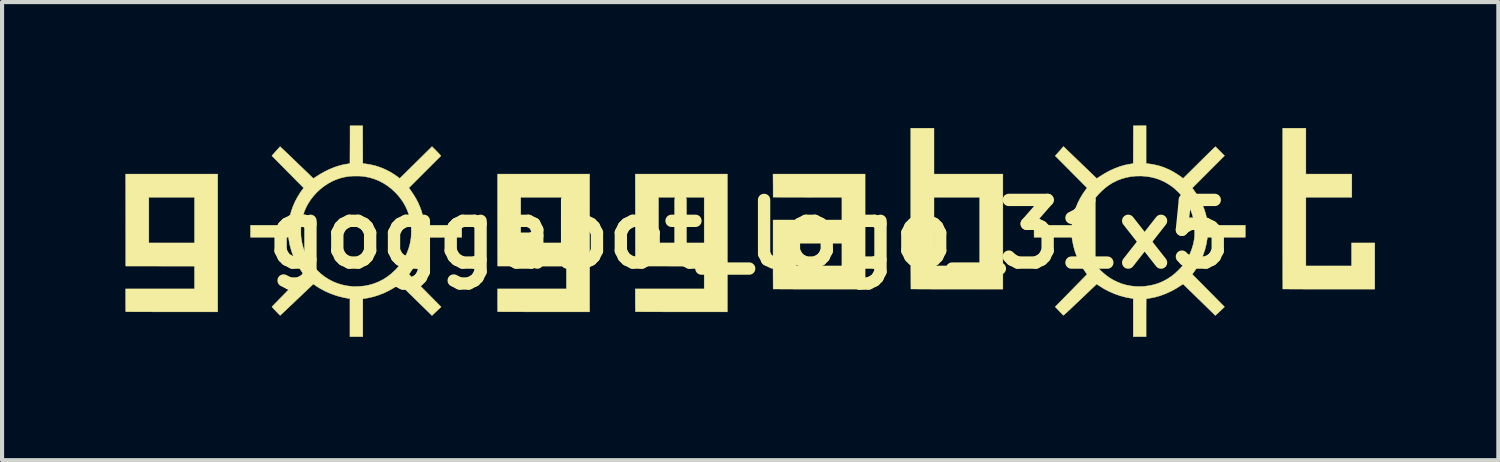
<source format=kicad_pcb>
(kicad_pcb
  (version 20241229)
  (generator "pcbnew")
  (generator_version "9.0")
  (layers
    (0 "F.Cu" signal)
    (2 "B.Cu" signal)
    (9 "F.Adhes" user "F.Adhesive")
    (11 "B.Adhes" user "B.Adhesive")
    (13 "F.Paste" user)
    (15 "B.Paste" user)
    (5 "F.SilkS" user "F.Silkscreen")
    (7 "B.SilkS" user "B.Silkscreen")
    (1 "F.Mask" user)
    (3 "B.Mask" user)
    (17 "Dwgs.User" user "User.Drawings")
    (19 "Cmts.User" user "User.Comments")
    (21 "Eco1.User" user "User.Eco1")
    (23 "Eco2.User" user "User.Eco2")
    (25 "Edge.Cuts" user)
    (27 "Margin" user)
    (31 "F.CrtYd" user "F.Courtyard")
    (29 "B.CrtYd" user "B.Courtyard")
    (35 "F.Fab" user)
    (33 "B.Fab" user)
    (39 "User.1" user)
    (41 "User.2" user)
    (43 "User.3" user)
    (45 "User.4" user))
  (footprint "goggabot_logo_31x5"
    (layer "F.Cu")
    (at 15.167 2.646)
    (property "Reference" "goggabot_logo_31x5" (at 0 0 0) (layer "F.SilkS") (effects (font (size 1.524 1.524) (thickness 0.3))))
    (attr through_hole)
    (fp_poly (pts (xy -3.88 1.887) (xy -4.995 1.887) (xy -5.106 1.887) (xy -5.214 1.887) (xy -5.318 1.887) (xy -5.419 1.887) (xy -5.514 1.886) (xy -5.605 1.886) (xy -5.69 1.886) (xy -5.769 1.886) (xy -5.841 1.886) (xy -5.906 1.885) (xy -5.963 1.885) (xy -6.012 1.885) (xy -6.052 1.884) (xy -6.082 1.884) (xy -6.103 1.884) (xy -6.113 1.883) (xy -6.115 1.883) (xy -6.115 1.877) (xy -6.116 1.861) (xy -6.117 1.836) (xy -6.117 1.802) (xy -6.118 1.762) (xy -6.118 1.717) (xy -6.118 1.666) (xy -6.118 1.612) (xy -6.118 1.604) (xy -6.118 1.329) (xy -4.444 1.329) (xy -4.444 0.776) (xy -6.116 0.773) (xy -6.118 -0.899) (xy -5.555 -0.899) (xy -5.555 0.212) (xy -4.444 0.212) (xy -4.444 -0.899) (xy -5.555 -0.899) (xy -6.118 -0.899) (xy -6.118 -1.463) (xy -3.88 -1.463) (xy -3.88 1.887)) (stroke (width 0.01) (type solid)) (fill yes) (layer "F.SilkS"))
    (fp_poly (pts (xy -12.923 1.887) (xy -14.039 1.887) (xy -14.15 1.887) (xy -14.257 1.887) (xy -14.362 1.887) (xy -14.462 1.887) (xy -14.558 1.886) (xy -14.648 1.886) (xy -14.733 1.886) (xy -14.812 1.886) (xy -14.884 1.886) (xy -14.949 1.885) (xy -15.006 1.885) (xy -15.055 1.885) (xy -15.095 1.884) (xy -15.126 1.884) (xy -15.147 1.884) (xy -15.157 1.883) (xy -15.158 1.883) (xy -15.159 1.877) (xy -15.16 1.861) (xy -15.16 1.836) (xy -15.161 1.802) (xy -15.161 1.762) (xy -15.162 1.717) (xy -15.162 1.666) (xy -15.162 1.612) (xy -15.162 1.604) (xy -15.162 1.329) (xy -13.487 1.329) (xy -13.487 0.776) (xy -15.159 0.773) (xy -15.16 -0.345) (xy -15.161 -0.899) (xy -14.598 -0.899) (xy -14.598 0.212) (xy -13.487 0.212) (xy -13.487 -0.899) (xy -14.598 -0.899) (xy -15.161 -0.899) (xy -15.162 -1.463) (xy -12.923 -1.463) (xy -12.923 1.887)) (stroke (width 0.01) (type solid)) (fill yes) (layer "F.SilkS"))
    (fp_poly (pts (xy -0.53 1.887) (xy -1.646 1.887) (xy -1.757 1.887) (xy -1.864 1.887) (xy -1.969 1.887) (xy -2.069 1.887) (xy -2.165 1.886) (xy -2.255 1.886) (xy -2.34 1.886) (xy -2.419 1.886) (xy -2.491 1.886) (xy -2.556 1.885) (xy -2.613 1.885) (xy -2.662 1.885) (xy -2.702 1.884) (xy -2.733 1.884) (xy -2.754 1.884) (xy -2.764 1.883) (xy -2.765 1.883) (xy -2.766 1.877) (xy -2.767 1.861) (xy -2.767 1.836) (xy -2.768 1.802) (xy -2.768 1.762) (xy -2.769 1.717) (xy -2.769 1.666) (xy -2.769 1.612) (xy -2.769 1.604) (xy -2.769 1.329) (xy -1.094 1.329) (xy -1.094 0.776) (xy -2.766 0.773) (xy -2.767 -0.345) (xy -2.768 -0.899) (xy -2.205 -0.899) (xy -2.205 0.212) (xy -1.094 0.212) (xy -1.094 -0.899) (xy -2.205 -0.899) (xy -2.768 -0.899) (xy -2.769 -1.463) (xy -0.53 -1.463) (xy -0.53 1.887)) (stroke (width 0.01) (type solid)) (fill yes) (layer "F.SilkS"))
    (fp_poly (pts (xy 2.819 1.334) (xy 1.704 1.334) (xy 1.593 1.334) (xy 1.485 1.334) (xy 1.381 1.334) (xy 1.28 1.334) (xy 1.185 1.334) (xy 1.094 1.334) (xy 1.009 1.333) (xy 0.93 1.333) (xy 0.858 1.333) (xy 0.793 1.333) (xy 0.736 1.332) (xy 0.687 1.332) (xy 0.647 1.332) (xy 0.617 1.331) (xy 0.596 1.331) (xy 0.585 1.331) (xy 0.584 1.33) (xy 0.584 1.325) (xy 0.583 1.308) (xy 0.583 1.282) (xy 0.583 1.246) (xy 0.582 1.202) (xy 0.582 1.149) (xy 0.582 1.089) (xy 0.581 1.022) (xy 0.581 0.949) (xy 0.581 0.87) (xy 0.581 0.787) (xy 0.581 0.698) (xy 0.581 0.606) (xy 0.581 0.511) (xy 0.581 0.49) (xy 0.581 0.218) (xy 1.144 0.218) (xy 1.144 0.77) (xy 2.255 0.77) (xy 2.255 0.218) (xy 1.144 0.218) (xy 0.581 0.218) (xy 0.581 -0.346) (xy 2.255 -0.346) (xy 2.255 -0.899) (xy 1.419 -0.9) (xy 0.583 -0.902) (xy 0.582 -1.182) (xy 0.58 -1.463) (xy 2.819 -1.463) (xy 2.819 1.334)) (stroke (width 0.01) (type solid)) (fill yes) (layer "F.SilkS"))
    (fp_poly (pts (xy 13.537 -1.463) (xy 14.654 -1.463) (xy 14.654 -0.899) (xy 13.537 -0.899) (xy 13.537 0.77) (xy 14.648 0.77) (xy 14.648 0.212) (xy 15.212 0.212) (xy 15.212 1.334) (xy 14.097 1.334) (xy 13.986 1.334) (xy 13.878 1.334) (xy 13.774 1.334) (xy 13.673 1.334) (xy 13.578 1.334) (xy 13.487 1.334) (xy 13.402 1.333) (xy 13.323 1.333) (xy 13.251 1.333) (xy 13.186 1.333) (xy 13.129 1.332) (xy 13.08 1.332) (xy 13.04 1.332) (xy 13.01 1.331) (xy 12.989 1.331) (xy 12.978 1.331) (xy 12.977 1.33) (xy 12.977 1.325) (xy 12.977 1.308) (xy 12.976 1.281) (xy 12.976 1.244) (xy 12.976 1.198) (xy 12.976 1.142) (xy 12.975 1.078) (xy 12.975 1.005) (xy 12.975 0.924) (xy 12.975 0.836) (xy 12.975 0.741) (xy 12.974 0.639) (xy 12.974 0.53) (xy 12.974 0.416) (xy 12.974 0.296) (xy 12.974 0.17) (xy 12.974 0.04) (xy 12.974 -0.094) (xy 12.974 -0.232) (xy 12.974 -0.374) (xy 12.974 -0.519) (xy 12.974 -0.626) (xy 12.974 -2.579) (xy 13.537 -2.579) (xy 13.537 -1.463)) (stroke (width 0.01) (type solid)) (fill yes) (layer "F.SilkS"))
    (fp_poly (pts (xy 4.494 -1.463) (xy 6.169 -1.463) (xy 6.169 1.334) (xy 5.053 1.334) (xy 4.942 1.334) (xy 4.834 1.334) (xy 4.73 1.334) (xy 4.63 1.334) (xy 4.534 1.334) (xy 4.444 1.334) (xy 4.359 1.333) (xy 4.28 1.333) (xy 4.208 1.333) (xy 4.143 1.333) (xy 4.086 1.332) (xy 4.037 1.332) (xy 3.997 1.332) (xy 3.966 1.331) (xy 3.945 1.331) (xy 3.935 1.331) (xy 3.934 1.33) (xy 3.933 1.325) (xy 3.933 1.308) (xy 3.933 1.281) (xy 3.933 1.244) (xy 3.932 1.198) (xy 3.932 1.142) (xy 3.932 1.078) (xy 3.932 1.005) (xy 3.931 0.924) (xy 3.931 0.836) (xy 3.931 0.741) (xy 3.931 0.639) (xy 3.931 0.53) (xy 3.931 0.416) (xy 3.93 0.296) (xy 3.93 0.17) (xy 3.93 0.04) (xy 3.93 -0.094) (xy 3.93 -0.232) (xy 3.93 -0.374) (xy 3.93 -0.519) (xy 3.93 -0.626) (xy 3.93 -0.899) (xy 4.494 -0.899) (xy 4.494 0.77) (xy 5.605 0.77) (xy 5.605 -0.899) (xy 4.494 -0.899) (xy 3.93 -0.899) (xy 3.93 -2.579) (xy 4.494 -2.579) (xy 4.494 -1.463)) (stroke (width 0.01) (type solid)) (fill yes) (layer "F.SilkS"))
    (fp_poly (pts (xy 9.652 -1.72) (xy 9.684 -1.717) (xy 9.766 -1.706) (xy 9.847 -1.692) (xy 9.924 -1.675) (xy 9.995 -1.656) (xy 10.018 -1.649) (xy 10.126 -1.608) (xy 10.236 -1.559) (xy 10.342 -1.501) (xy 10.444 -1.436) (xy 10.503 -1.394) (xy 10.552 -1.357) (xy 10.92 -1.721) (xy 10.974 -1.774) (xy 11.026 -1.826) (xy 11.076 -1.875) (xy 11.122 -1.921) (xy 11.165 -1.963) (xy 11.204 -2.001) (xy 11.238 -2.034) (xy 11.266 -2.062) (xy 11.289 -2.084) (xy 11.305 -2.099) (xy 11.313 -2.107) (xy 11.313 -2.107) (xy 11.339 -2.129) (xy 11.449 -2.019) (xy 11.558 -1.909) (xy 11.167 -1.517) (xy 10.775 -1.125) (xy 10.827 -1.052) (xy 10.898 -0.948) (xy 10.96 -0.842) (xy 11.014 -0.734) (xy 11.059 -0.626) (xy 11.094 -0.519) (xy 11.121 -0.413) (xy 11.137 -0.31) (xy 11.141 -0.269) (xy 11.144 -0.218) (xy 12.064 -0.218) (xy 12.064 0.073) (xy 11.143 0.073) (xy 11.14 0.099) (xy 11.116 0.239) (xy 11.083 0.372) (xy 11.04 0.501) (xy 10.988 0.625) (xy 10.925 0.746) (xy 10.852 0.864) (xy 10.813 0.92) (xy 10.774 0.974) (xy 10.868 1.069) (xy 10.888 1.089) (xy 10.914 1.116) (xy 10.947 1.149) (xy 10.985 1.187) (xy 11.027 1.23) (xy 11.073 1.276) (xy 11.121 1.325) (xy 11.171 1.375) (xy 11.221 1.426) (xy 11.26 1.465) (xy 11.558 1.766) (xy 11.483 1.838) (xy 11.456 1.864) (xy 11.429 1.889) (xy 11.404 1.913) (xy 11.383 1.932) (xy 11.371 1.942) (xy 11.335 1.975) (xy 11.101 1.746) (xy 11.052 1.698) (xy 11 1.648) (xy 10.947 1.596) (xy 10.894 1.545) (xy 10.843 1.495) (xy 10.795 1.448) (xy 10.752 1.406) (xy 10.715 1.37) (xy 10.708 1.364) (xy 10.551 1.21) (xy 10.474 1.26) (xy 10.43 1.288) (xy 10.393 1.312) (xy 10.358 1.332) (xy 10.324 1.351) (xy 10.287 1.371) (xy 10.251 1.389) (xy 10.123 1.448) (xy 9.993 1.495) (xy 9.86 1.532) (xy 9.724 1.559) (xy 9.713 1.56) (xy 9.69 1.564) (xy 9.67 1.567) (xy 9.658 1.568) (xy 9.655 1.569) (xy 9.654 1.574) (xy 9.654 1.59) (xy 9.654 1.615) (xy 9.653 1.649) (xy 9.653 1.691) (xy 9.653 1.74) (xy 9.652 1.795) (xy 9.652 1.856) (xy 9.652 1.921) (xy 9.652 1.99) (xy 9.652 2.029) (xy 9.652 2.49) (xy 9.339 2.49) (xy 9.339 1.565) (xy 9.293 1.558) (xy 9.155 1.532) (xy 9.018 1.495) (xy 8.883 1.448) (xy 8.753 1.391) (xy 8.628 1.326) (xy 8.511 1.252) (xy 8.45 1.211) (xy 8.433 1.227) (xy 8.426 1.233) (xy 8.412 1.247) (xy 8.392 1.267) (xy 8.364 1.292) (xy 8.331 1.324) (xy 8.293 1.36) (xy 8.251 1.401) (xy 8.204 1.445) (xy 8.154 1.493) (xy 8.101 1.543) (xy 8.046 1.595) (xy 8.031 1.61) (xy 7.963 1.674) (xy 7.904 1.73) (xy 7.851 1.78) (xy 7.806 1.823) (xy 7.767 1.859) (xy 7.734 1.89) (xy 7.706 1.915) (xy 7.684 1.935) (xy 7.667 1.95) (xy 7.654 1.961) (xy 7.645 1.967) (xy 7.64 1.97) (xy 7.639 1.97) (xy 7.633 1.964) (xy 7.62 1.952) (xy 7.603 1.933) (xy 7.581 1.911) (xy 7.555 1.885) (xy 7.536 1.864) (xy 7.441 1.765) (xy 7.783 1.417) (xy 7.835 1.364) (xy 7.886 1.312) (xy 7.934 1.262) (xy 7.981 1.215) (xy 8.023 1.172) (xy 8.062 1.132) (xy 8.096 1.097) (xy 8.125 1.068) (xy 8.147 1.045) (xy 8.163 1.029) (xy 8.17 1.022) (xy 8.216 0.974) (xy 8.169 0.907) (xy 8.091 0.788) (xy 8.023 0.665) (xy 7.966 0.539) (xy 7.919 0.408) (xy 7.883 0.274) (xy 7.859 0.15) (xy 7.846 0.073) (xy 6.928 0.073) (xy 6.928 -0.097) (xy 8.146 -0.097) (xy 8.149 0.02) (xy 8.161 0.137) (xy 8.184 0.253) (xy 8.217 0.366) (xy 8.236 0.417) (xy 8.281 0.519) (xy 8.336 0.618) (xy 8.401 0.713) (xy 8.474 0.804) (xy 8.555 0.89) (xy 8.643 0.969) (xy 8.738 1.041) (xy 8.762 1.058) (xy 8.801 1.082) (xy 8.848 1.109) (xy 8.899 1.135) (xy 8.952 1.16) (xy 9.003 1.182) (xy 9.049 1.2) (xy 9.063 1.205) (xy 9.172 1.236) (xy 9.285 1.257) (xy 9.401 1.269) (xy 9.518 1.271) (xy 9.605 1.267) (xy 9.726 1.251) (xy 9.843 1.226) (xy 9.955 1.191) (xy 10.063 1.145) (xy 10.167 1.089) (xy 10.268 1.022) (xy 10.29 1.006) (xy 10.326 0.977) (xy 10.367 0.942) (xy 10.409 0.902) (xy 10.451 0.861) (xy 10.49 0.821) (xy 10.524 0.783) (xy 10.53 0.776) (xy 10.602 0.681) (xy 10.666 0.58) (xy 10.719 0.473) (xy 10.763 0.361) (xy 10.798 0.245) (xy 10.822 0.124) (xy 10.825 0.1) (xy 10.829 0.066) (xy 10.831 0.023) (xy 10.832 -0.025) (xy 10.832 -0.077) (xy 10.832 -0.129) (xy 10.83 -0.179) (xy 10.827 -0.224) (xy 10.823 -0.262) (xy 10.822 -0.271) (xy 10.799 -0.391) (xy 10.765 -0.507) (xy 10.722 -0.617) (xy 10.669 -0.722) (xy 10.606 -0.823) (xy 10.533 -0.92) (xy 10.449 -1.012) (xy 10.439 -1.022) (xy 10.393 -1.066) (xy 10.351 -1.105) (xy 10.308 -1.14) (xy 10.261 -1.174) (xy 10.218 -1.204) (xy 10.117 -1.265) (xy 10.011 -1.315) (xy 9.901 -1.356) (xy 9.786 -1.386) (xy 9.667 -1.406) (xy 9.543 -1.416) (xy 9.535 -1.416) (xy 9.41 -1.415) (xy 9.289 -1.403) (xy 9.171 -1.381) (xy 9.056 -1.348) (xy 8.944 -1.305) (xy 8.837 -1.251) (xy 8.812 -1.237) (xy 8.73 -1.183) (xy 8.649 -1.121) (xy 8.57 -1.05) (xy 8.495 -0.974) (xy 8.426 -0.893) (xy 8.364 -0.81) (xy 8.331 -0.759) (xy 8.277 -0.659) (xy 8.231 -0.553) (xy 8.195 -0.443) (xy 8.169 -0.33) (xy 8.152 -0.214) (xy 8.146 -0.097) (xy 6.928 -0.097) (xy 6.928 -0.218) (xy 7.847 -0.218) (xy 7.851 -0.261) (xy 7.857 -0.31) (xy 7.867 -0.367) (xy 7.88 -0.428) (xy 7.895 -0.49) (xy 7.912 -0.551) (xy 7.93 -0.608) (xy 7.937 -0.628) (xy 7.987 -0.752) (xy 8.047 -0.872) (xy 8.116 -0.987) (xy 8.184 -1.084) (xy 8.217 -1.127) (xy 7.442 -1.907) (xy 7.543 -2.02) (xy 7.644 -2.134) (xy 7.695 -2.084) (xy 7.707 -2.072) (xy 7.727 -2.053) (xy 7.753 -2.027) (xy 7.785 -1.996) (xy 7.822 -1.961) (xy 7.863 -1.921) (xy 7.908 -1.878) (xy 7.955 -1.833) (xy 8.004 -1.786) (xy 8.047 -1.745) (xy 8.097 -1.696) (xy 8.146 -1.649) (xy 8.193 -1.604) (xy 8.237 -1.562) (xy 8.278 -1.523) (xy 8.314 -1.488) (xy 8.345 -1.458) (xy 8.371 -1.433) (xy 8.389 -1.415) (xy 8.4 -1.405) (xy 8.451 -1.355) (xy 8.514 -1.397) (xy 8.64 -1.475) (xy 8.763 -1.542) (xy 8.886 -1.599) (xy 9.007 -1.645) (xy 9.125 -1.68) (xy 9.242 -1.704) (xy 9.253 -1.705) (xy 9.279 -1.709) (xy 9.302 -1.713) (xy 9.319 -1.716) (xy 9.327 -1.717) (xy 9.339 -1.72) (xy 9.341 -2.179) (xy 9.342 -2.638) (xy 9.652 -2.641) (xy 9.652 -1.72)) (stroke (width 0.01) (type solid)) (fill yes) (layer "F.SilkS"))
    (fp_poly (pts (xy -9.395 -1.72) (xy -9.363 -1.717) (xy -9.228 -1.697) (xy -9.096 -1.667) (xy -8.969 -1.626) (xy -8.846 -1.575) (xy -8.728 -1.514) (xy -8.613 -1.442) (xy -8.54 -1.39) (xy -8.497 -1.357) (xy -8.105 -1.744) (xy -7.712 -2.132) (xy -7.666 -2.086) (xy -7.644 -2.065) (xy -7.619 -2.038) (xy -7.591 -2.01) (xy -7.564 -1.982) (xy -7.557 -1.974) (xy -7.495 -1.908) (xy -7.885 -1.518) (xy -8.275 -1.128) (xy -8.258 -1.104) (xy -8.238 -1.078) (xy -8.216 -1.044) (xy -8.19 -1.007) (xy -8.164 -0.967) (xy -8.139 -0.928) (xy -8.117 -0.891) (xy -8.098 -0.86) (xy -8.09 -0.845) (xy -8.045 -0.756) (xy -8.005 -0.664) (xy -7.971 -0.571) (xy -7.944 -0.481) (xy -7.936 -0.446) (xy -7.93 -0.415) (xy -7.923 -0.38) (xy -7.917 -0.344) (xy -7.912 -0.308) (xy -7.908 -0.276) (xy -7.905 -0.249) (xy -7.905 -0.234) (xy -7.905 -0.218) (xy -6.989 -0.218) (xy -6.989 0.073) (xy -7.907 0.075) (xy -7.914 0.134) (xy -7.934 0.248) (xy -7.963 0.365) (xy -8.002 0.482) (xy -8.05 0.597) (xy -8.105 0.711) (xy -8.169 0.82) (xy -8.231 0.913) (xy -8.247 0.935) (xy -8.26 0.954) (xy -8.269 0.967) (xy -8.273 0.974) (xy -8.273 0.974) (xy -8.269 0.978) (xy -8.258 0.99) (xy -8.24 1.008) (xy -8.216 1.033) (xy -8.186 1.064) (xy -8.151 1.1) (xy -8.111 1.14) (xy -8.067 1.185) (xy -8.019 1.233) (xy -7.968 1.285) (xy -7.915 1.339) (xy -7.882 1.372) (xy -7.491 1.767) (xy -7.535 1.809) (xy -7.556 1.828) (xy -7.582 1.852) (xy -7.61 1.879) (xy -7.638 1.905) (xy -7.646 1.913) (xy -7.713 1.976) (xy -8.103 1.595) (xy -8.158 1.541) (xy -8.211 1.489) (xy -8.261 1.441) (xy -8.308 1.395) (xy -8.351 1.353) (xy -8.389 1.316) (xy -8.423 1.284) (xy -8.451 1.257) (xy -8.472 1.236) (xy -8.488 1.221) (xy -8.496 1.213) (xy -8.497 1.212) (xy -8.503 1.215) (xy -8.516 1.222) (xy -8.534 1.234) (xy -8.553 1.247) (xy -8.664 1.317) (xy -8.78 1.381) (xy -8.898 1.436) (xy -9.019 1.482) (xy -9.139 1.52) (xy -9.259 1.547) (xy -9.3 1.554) (xy -9.327 1.558) (xy -9.351 1.562) (xy -9.369 1.565) (xy -9.377 1.566) (xy -9.395 1.569) (xy -9.395 2.49) (xy -9.708 2.49) (xy -9.708 1.563) (xy -9.723 1.563) (xy -9.737 1.562) (xy -9.759 1.558) (xy -9.788 1.553) (xy -9.822 1.546) (xy -9.859 1.538) (xy -9.897 1.53) (xy -9.933 1.521) (xy -9.966 1.513) (xy -9.993 1.506) (xy -9.995 1.505) (xy -10.104 1.47) (xy -10.211 1.429) (xy -10.315 1.382) (xy -10.413 1.33) (xy -10.504 1.275) (xy -10.552 1.242) (xy -10.596 1.211) (xy -10.612 1.224) (xy -10.618 1.229) (xy -10.632 1.242) (xy -10.652 1.262) (xy -10.679 1.287) (xy -10.712 1.318) (xy -10.75 1.354) (xy -10.792 1.394) (xy -10.839 1.438) (xy -10.889 1.486) (xy -10.941 1.536) (xy -10.996 1.588) (xy -11.014 1.605) (xy -11.069 1.658) (xy -11.122 1.708) (xy -11.172 1.755) (xy -11.219 1.8) (xy -11.261 1.84) (xy -11.3 1.876) (xy -11.333 1.907) (xy -11.36 1.933) (xy -11.382 1.953) (xy -11.396 1.967) (xy -11.403 1.973) (xy -11.404 1.973) (xy -11.409 1.97) (xy -11.42 1.959) (xy -11.437 1.943) (xy -11.457 1.922) (xy -11.479 1.899) (xy -11.503 1.874) (xy -11.527 1.849) (xy -11.55 1.825) (xy -11.57 1.803) (xy -11.587 1.785) (xy -11.599 1.771) (xy -11.604 1.764) (xy -11.604 1.763) (xy -11.6 1.759) (xy -11.589 1.747) (xy -11.571 1.729) (xy -11.547 1.704) (xy -11.517 1.673) (xy -11.481 1.637) (xy -11.442 1.596) (xy -11.398 1.551) (xy -11.35 1.503) (xy -11.3 1.451) (xy -11.247 1.397) (xy -11.221 1.371) (xy -11.167 1.316) (xy -11.115 1.263) (xy -11.066 1.213) (xy -11.02 1.166) (xy -10.978 1.123) (xy -10.941 1.085) (xy -10.908 1.052) (xy -10.881 1.024) (xy -10.86 1.002) (xy -10.845 0.986) (xy -10.837 0.978) (xy -10.836 0.977) (xy -10.839 0.971) (xy -10.847 0.957) (xy -10.859 0.939) (xy -10.873 0.919) (xy -10.952 0.799) (xy -11.021 0.675) (xy -11.079 0.548) (xy -11.127 0.416) (xy -11.165 0.28) (xy -11.187 0.171) (xy -11.191 0.143) (xy -11.195 0.119) (xy -11.198 0.099) (xy -11.198 0.089) (xy -11.198 0.073) (xy -12.125 0.073) (xy -12.125 -0.076) (xy -10.901 -0.076) (xy -10.901 -0.02) (xy -10.899 0.033) (xy -10.895 0.077) (xy -10.895 0.079) (xy -10.875 0.201) (xy -10.846 0.318) (xy -10.807 0.43) (xy -10.759 0.537) (xy -10.699 0.639) (xy -10.63 0.737) (xy -10.551 0.831) (xy -10.506 0.877) (xy -10.416 0.961) (xy -10.322 1.034) (xy -10.224 1.097) (xy -10.121 1.151) (xy -10.014 1.194) (xy -9.901 1.229) (xy -9.782 1.254) (xy -9.658 1.269) (xy -9.631 1.271) (xy -9.596 1.271) (xy -9.555 1.27) (xy -9.511 1.269) (xy -9.466 1.267) (xy -9.423 1.264) (xy -9.385 1.26) (xy -9.354 1.257) (xy -9.353 1.257) (xy -9.235 1.233) (xy -9.12 1.199) (xy -9.009 1.155) (xy -8.903 1.101) (xy -8.801 1.036) (xy -8.705 0.962) (xy -8.695 0.953) (xy -8.601 0.866) (xy -8.518 0.774) (xy -8.444 0.677) (xy -8.38 0.575) (xy -8.327 0.469) (xy -8.283 0.358) (xy -8.25 0.243) (xy -8.228 0.124) (xy -8.225 0.108) (xy -8.221 0.07) (xy -8.219 0.025) (xy -8.217 -0.025) (xy -8.216 -0.077) (xy -8.216 -0.128) (xy -8.218 -0.176) (xy -8.22 -0.216) (xy -8.222 -0.237) (xy -8.244 -0.36) (xy -8.275 -0.478) (xy -8.316 -0.59) (xy -8.367 -0.698) (xy -8.428 -0.801) (xy -8.499 -0.899) (xy -8.58 -0.992) (xy -8.608 -1.02) (xy -8.7 -1.106) (xy -8.797 -1.18) (xy -8.898 -1.245) (xy -9.004 -1.3) (xy -9.114 -1.344) (xy -9.229 -1.379) (xy -9.35 -1.403) (xy -9.362 -1.405) (xy -9.4 -1.409) (xy -9.446 -1.413) (xy -9.498 -1.415) (xy -9.553 -1.415) (xy -9.608 -1.415) (xy -9.661 -1.413) (xy -9.709 -1.41) (xy -9.749 -1.406) (xy -9.758 -1.405) (xy -9.855 -1.387) (xy -9.945 -1.364) (xy -10.032 -1.334) (xy -10.119 -1.298) (xy -10.137 -1.289) (xy -10.239 -1.234) (xy -10.337 -1.169) (xy -10.431 -1.095) (xy -10.518 -1.013) (xy -10.598 -0.925) (xy -10.67 -0.831) (xy -10.733 -0.731) (xy -10.766 -0.67) (xy -10.814 -0.561) (xy -10.852 -0.448) (xy -10.88 -0.331) (xy -10.888 -0.284) (xy -10.894 -0.241) (xy -10.898 -0.19) (xy -10.9 -0.134) (xy -10.901 -0.076) (xy -12.125 -0.076) (xy -12.125 -0.218) (xy -11.204 -0.218) (xy -11.202 -0.236) (xy -11.195 -0.282) (xy -11.189 -0.32) (xy -11.184 -0.35) (xy -11.18 -0.375) (xy -11.176 -0.396) (xy -11.172 -0.415) (xy -11.17 -0.427) (xy -11.138 -0.55) (xy -11.095 -0.672) (xy -11.043 -0.791) (xy -10.982 -0.907) (xy -10.913 -1.017) (xy -10.868 -1.079) (xy -10.854 -1.098) (xy -10.843 -1.113) (xy -10.837 -1.124) (xy -10.835 -1.127) (xy -10.839 -1.134) (xy -10.847 -1.142) (xy -10.853 -1.148) (xy -10.866 -1.16) (xy -10.885 -1.18) (xy -10.911 -1.206) (xy -10.942 -1.237) (xy -10.979 -1.274) (xy -11.02 -1.315) (xy -11.064 -1.36) (xy -11.112 -1.409) (xy -11.163 -1.46) (xy -11.217 -1.514) (xy -11.233 -1.531) (xy -11.606 -1.908) (xy -11.508 -2.019) (xy -11.481 -2.049) (xy -11.457 -2.075) (xy -11.437 -2.098) (xy -11.421 -2.116) (xy -11.411 -2.127) (xy -11.407 -2.132) (xy -11.405 -2.13) (xy -11.398 -2.123) (xy -11.386 -2.112) (xy -11.369 -2.097) (xy -11.347 -2.076) (xy -11.319 -2.049) (xy -11.286 -2.018) (xy -11.247 -1.98) (xy -11.201 -1.937) (xy -11.149 -1.887) (xy -11.091 -1.831) (xy -11.026 -1.769) (xy -10.954 -1.699) (xy -10.875 -1.623) (xy -10.788 -1.54) (xy -10.694 -1.449) (xy -10.625 -1.383) (xy -10.597 -1.355) (xy -10.539 -1.394) (xy -10.426 -1.465) (xy -10.313 -1.528) (xy -10.199 -1.583) (xy -10.086 -1.629) (xy -9.975 -1.665) (xy -9.867 -1.693) (xy -9.778 -1.708) (xy -9.755 -1.712) (xy -9.735 -1.715) (xy -9.722 -1.717) (xy -9.72 -1.717) (xy -9.708 -1.72) (xy -9.706 -2.179) (xy -9.705 -2.638) (xy -9.398 -2.638) (xy -9.395 -1.72)) (stroke (width 0.01) (type solid)) (fill yes) (layer "F.SilkS")))
  (gr_rect
    (start -3 -3)
    (end 33.384 8.14)
    (stroke (width 0.1) (type default))
    (fill no)
    (layer "Edge.Cuts")))
</source>
